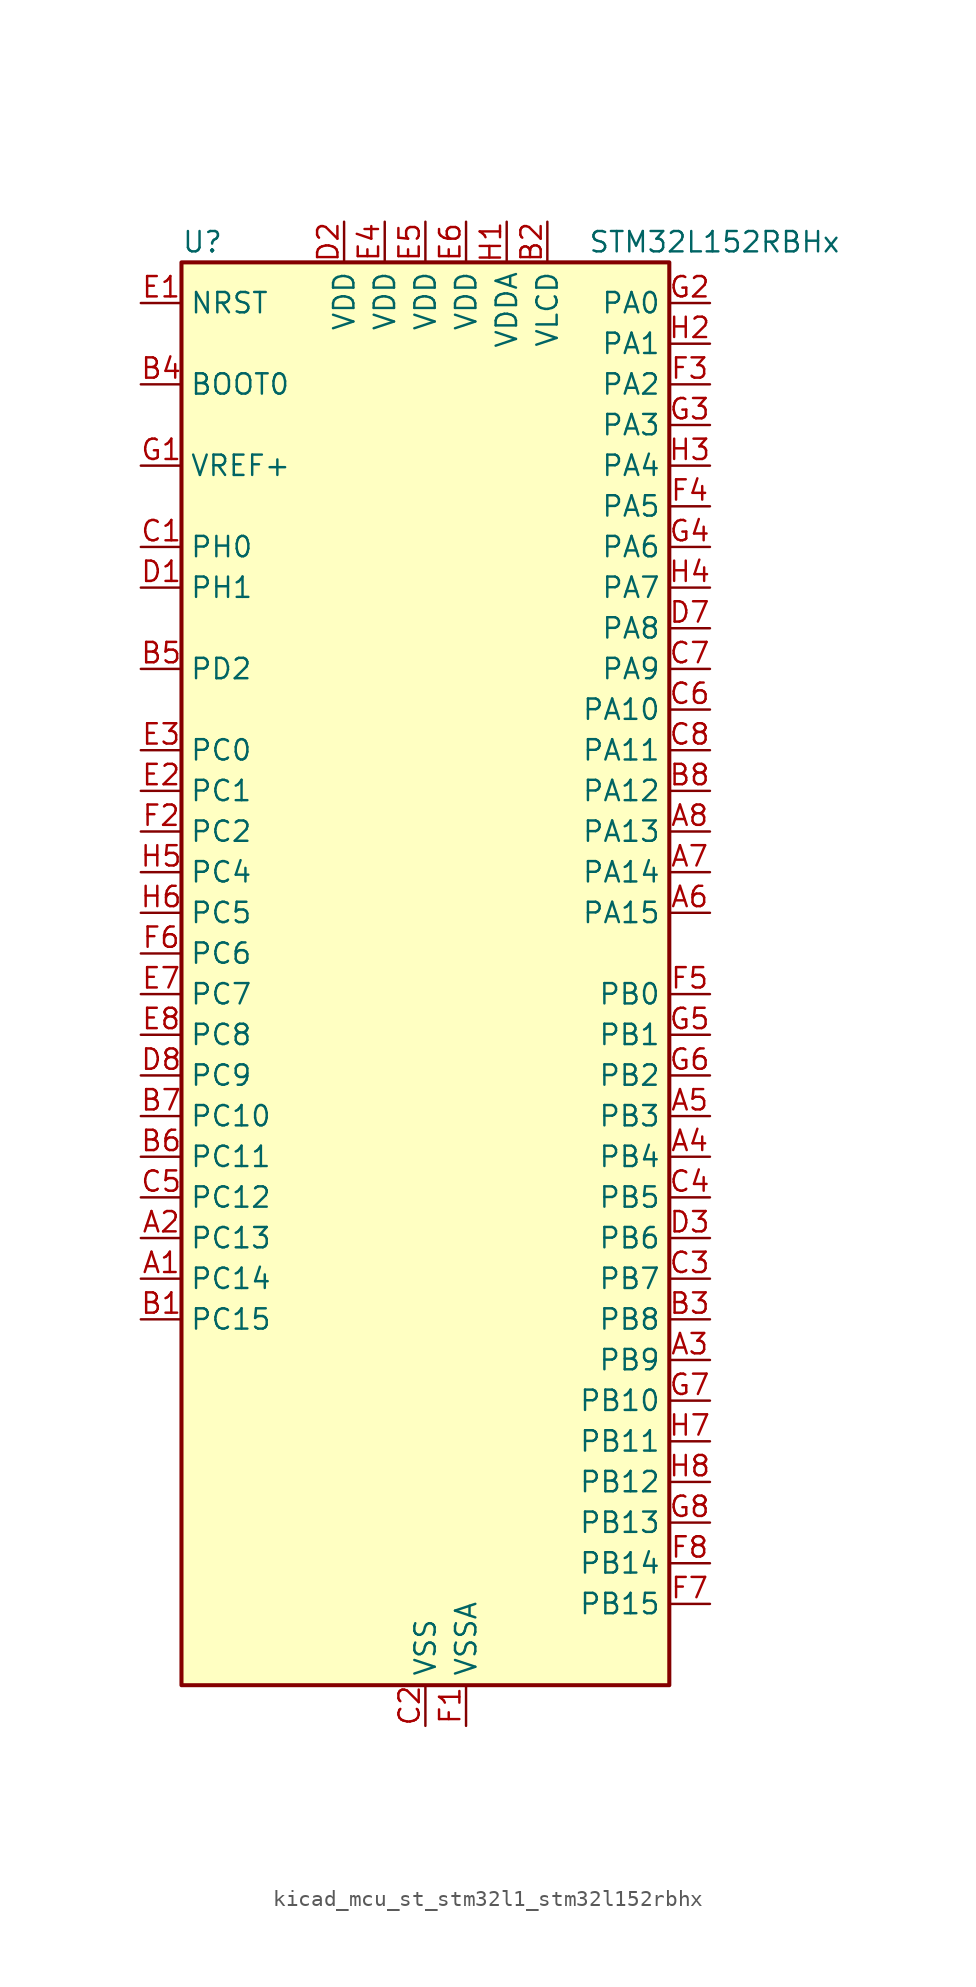
<source format=kicad_sym>
(kicad_symbol_lib
  (version 20220914)
  (generator kicad_symbol_editor)
  (symbol "kicad_mcu_st_stm32l1_stm32l152rbhx"
    (property "Reference" "U"
      (at -15.24 46.99 0)
      (effects (font (size 1.27 1.27)) (justify left)))
    (property "Value" "STM32L152RBHx"
      (at 10.16 46.99 0)
      (effects (font (size 1.27 1.27)) (justify left)))
    (property "ki_locked" ""
      (at 0 0 0)
      (effects (font (size 1.27 1.27))))
    (symbol "kicad_mcu_st_stm32l1_stm32l152rbhx_0_1"
      (rectangle (start -15.24 -43.18) (end 15.24 45.72) (stroke (width 0.254) (type default)) (fill (type background))))
    (symbol "kicad_mcu_st_stm32l1_stm32l152rbhx_1_1"
      (pin bidirectional line (at -17.78 -17.78 0) (length 2.54) (name "PC14" (effects (font (size 1.27 1.27)))) (number "A1" (effects (font (size 1.27 1.27)))) (alternate "RCC_OSC32_IN" bidirectional line) (alternate "TIMX_IC3" bidirectional line))
      (pin bidirectional line (at -17.78 -15.24 0) (length 2.54) (name "PC13" (effects (font (size 1.27 1.27)))) (number "A2" (effects (font (size 1.27 1.27)))) (alternate "RTC_OUT_ALARM" bidirectional line) (alternate "RTC_OUT_CALIB" bidirectional line) (alternate "RTC_TAMP1" bidirectional line) (alternate "RTC_TS" bidirectional line) (alternate "SYS_WKUP2" bidirectional line) (alternate "TIMX_IC2" bidirectional line))
      (pin bidirectional line (at 17.78 -22.86 180) (length 2.54) (name "PB9" (effects (font (size 1.27 1.27)))) (number "A3" (effects (font (size 1.27 1.27)))) (alternate "DAC_EXTI9" bidirectional line) (alternate "I2C1_SDA" bidirectional line) (alternate "LCD_COM3" bidirectional line) (alternate "TIM11_CH1" bidirectional line) (alternate "TIM4_CH4" bidirectional line))
      (pin bidirectional line (at 17.78 -10.16 180) (length 2.54) (name "PB4" (effects (font (size 1.27 1.27)))) (number "A4" (effects (font (size 1.27 1.27)))) (alternate "COMP2_INP" bidirectional line) (alternate "LCD_SEG8" bidirectional line) (alternate "SPI1_MISO" bidirectional line) (alternate "SYS_JTRST" bidirectional line) (alternate "TIM3_CH1" bidirectional line) (alternate "TS_G6_IO1" bidirectional line))
      (pin bidirectional line (at 17.78 -7.62 180) (length 2.54) (name "PB3" (effects (font (size 1.27 1.27)))) (number "A5" (effects (font (size 1.27 1.27)))) (alternate "COMP2_INM" bidirectional line) (alternate "LCD_SEG7" bidirectional line) (alternate "SPI1_SCK" bidirectional line) (alternate "SYS_JTDO-TRACESWO" bidirectional line) (alternate "TIM2_CH2" bidirectional line))
      (pin bidirectional line (at 17.78 5.08 180) (length 2.54) (name "PA15" (effects (font (size 1.27 1.27)))) (number "A6" (effects (font (size 1.27 1.27)))) (alternate "ADC_EXTI15" bidirectional line) (alternate "LCD_SEG17" bidirectional line) (alternate "SPI1_NSS" bidirectional line) (alternate "SYS_JTDI" bidirectional line) (alternate "TIM2_CH1" bidirectional line) (alternate "TIM2_ETR" bidirectional line) (alternate "TIMX_IC4" bidirectional line) (alternate "TS_G5_IO3" bidirectional line))
      (pin bidirectional line (at 17.78 7.62 180) (length 2.54) (name "PA14" (effects (font (size 1.27 1.27)))) (number "A7" (effects (font (size 1.27 1.27)))) (alternate "SYS_JTCK-SWCLK" bidirectional line) (alternate "TIMX_IC3" bidirectional line) (alternate "TS_G5_IO2" bidirectional line))
      (pin bidirectional line (at 17.78 10.16 180) (length 2.54) (name "PA13" (effects (font (size 1.27 1.27)))) (number "A8" (effects (font (size 1.27 1.27)))) (alternate "SYS_JTMS-SWDIO" bidirectional line) (alternate "TIMX_IC2" bidirectional line) (alternate "TS_G5_IO1" bidirectional line))
      (pin bidirectional line (at -17.78 -20.32 0) (length 2.54) (name "PC15" (effects (font (size 1.27 1.27)))) (number "B1" (effects (font (size 1.27 1.27)))) (alternate "ADC_EXTI15" bidirectional line) (alternate "RCC_OSC32_OUT" bidirectional line) (alternate "TIMX_IC4" bidirectional line))
      (pin power_in line (at 7.62 48.26 270) (length 2.54) (name "VLCD" (effects (font (size 1.27 1.27)))) (number "B2" (effects (font (size 1.27 1.27)))))
      (pin bidirectional line (at 17.78 -20.32 180) (length 2.54) (name "PB8" (effects (font (size 1.27 1.27)))) (number "B3" (effects (font (size 1.27 1.27)))) (alternate "I2C1_SCL" bidirectional line) (alternate "LCD_SEG16" bidirectional line) (alternate "TIM10_CH1" bidirectional line) (alternate "TIM4_CH3" bidirectional line))
      (pin input line (at -17.78 38.1 0) (length 2.54) (name "BOOT0" (effects (font (size 1.27 1.27)))) (number "B4" (effects (font (size 1.27 1.27)))))
      (pin bidirectional line (at -17.78 20.32 0) (length 2.54) (name "PD2" (effects (font (size 1.27 1.27)))) (number "B5" (effects (font (size 1.27 1.27)))) (alternate "LCD_COM7" bidirectional line) (alternate "LCD_SEG31" bidirectional line) (alternate "TIM3_ETR" bidirectional line) (alternate "TIMX_IC3" bidirectional line))
      (pin bidirectional line (at -17.78 -10.16 0) (length 2.54) (name "PC11" (effects (font (size 1.27 1.27)))) (number "B6" (effects (font (size 1.27 1.27)))) (alternate "ADC_EXTI11" bidirectional line) (alternate "LCD_COM5" bidirectional line) (alternate "LCD_SEG29" bidirectional line) (alternate "TIMX_IC4" bidirectional line) (alternate "USART3_RX" bidirectional line))
      (pin bidirectional line (at -17.78 -7.62 0) (length 2.54) (name "PC10" (effects (font (size 1.27 1.27)))) (number "B7" (effects (font (size 1.27 1.27)))) (alternate "LCD_COM4" bidirectional line) (alternate "LCD_SEG28" bidirectional line) (alternate "TIMX_IC3" bidirectional line) (alternate "USART3_TX" bidirectional line))
      (pin bidirectional line (at 17.78 12.7 180) (length 2.54) (name "PA12" (effects (font (size 1.27 1.27)))) (number "B8" (effects (font (size 1.27 1.27)))) (alternate "SPI1_MOSI" bidirectional line) (alternate "TIMX_IC1" bidirectional line) (alternate "USART1_RTS" bidirectional line) (alternate "USB_DP" bidirectional line))
      (pin bidirectional line (at -17.78 27.94 0) (length 2.54) (name "PH0" (effects (font (size 1.27 1.27)))) (number "C1" (effects (font (size 1.27 1.27)))) (alternate "RCC_OSC_IN" bidirectional line))
      (pin power_in line (at 0 -45.72 90) (length 2.54) (name "VSS" (effects (font (size 1.27 1.27)))) (number "C2" (effects (font (size 1.27 1.27)))))
      (pin bidirectional line (at 17.78 -17.78 180) (length 2.54) (name "PB7" (effects (font (size 1.27 1.27)))) (number "C3" (effects (font (size 1.27 1.27)))) (alternate "I2C1_SDA" bidirectional line) (alternate "SYS_PVD_IN" bidirectional line) (alternate "TIM4_CH2" bidirectional line) (alternate "USART1_RX" bidirectional line))
      (pin bidirectional line (at 17.78 -12.7 180) (length 2.54) (name "PB5" (effects (font (size 1.27 1.27)))) (number "C4" (effects (font (size 1.27 1.27)))) (alternate "COMP2_INP" bidirectional line) (alternate "I2C1_SMBA" bidirectional line) (alternate "LCD_SEG9" bidirectional line) (alternate "SPI1_MOSI" bidirectional line) (alternate "TIM3_CH2" bidirectional line) (alternate "TS_G6_IO2" bidirectional line))
      (pin bidirectional line (at -17.78 -12.7 0) (length 2.54) (name "PC12" (effects (font (size 1.27 1.27)))) (number "C5" (effects (font (size 1.27 1.27)))) (alternate "LCD_COM6" bidirectional line) (alternate "LCD_SEG30" bidirectional line) (alternate "TIMX_IC1" bidirectional line) (alternate "USART3_CK" bidirectional line))
      (pin bidirectional line (at 17.78 17.78 180) (length 2.54) (name "PA10" (effects (font (size 1.27 1.27)))) (number "C6" (effects (font (size 1.27 1.27)))) (alternate "LCD_COM2" bidirectional line) (alternate "TIMX_IC3" bidirectional line) (alternate "TS_G4_IO3" bidirectional line) (alternate "USART1_RX" bidirectional line))
      (pin bidirectional line (at 17.78 20.32 180) (length 2.54) (name "PA9" (effects (font (size 1.27 1.27)))) (number "C7" (effects (font (size 1.27 1.27)))) (alternate "DAC_EXTI9" bidirectional line) (alternate "LCD_COM1" bidirectional line) (alternate "TIMX_IC2" bidirectional line) (alternate "TS_G4_IO2" bidirectional line) (alternate "USART1_TX" bidirectional line))
      (pin bidirectional line (at 17.78 15.24 180) (length 2.54) (name "PA11" (effects (font (size 1.27 1.27)))) (number "C8" (effects (font (size 1.27 1.27)))) (alternate "ADC_EXTI11" bidirectional line) (alternate "SPI1_MISO" bidirectional line) (alternate "TIMX_IC4" bidirectional line) (alternate "USART1_CTS" bidirectional line) (alternate "USB_DM" bidirectional line))
      (pin bidirectional line (at -17.78 25.4 0) (length 2.54) (name "PH1" (effects (font (size 1.27 1.27)))) (number "D1" (effects (font (size 1.27 1.27)))) (alternate "RCC_OSC_OUT" bidirectional line))
      (pin power_in line (at -5.08 48.26 270) (length 2.54) (name "VDD" (effects (font (size 1.27 1.27)))) (number "D2" (effects (font (size 1.27 1.27)))))
      (pin bidirectional line (at 17.78 -15.24 180) (length 2.54) (name "PB6" (effects (font (size 1.27 1.27)))) (number "D3" (effects (font (size 1.27 1.27)))) (alternate "I2C1_SCL" bidirectional line) (alternate "TIM4_CH1" bidirectional line) (alternate "USART1_TX" bidirectional line))
      (pin passive line (at 0 -45.72 90) (length 2.54) hide (name "VSS" (effects (font (size 1.27 1.27)))) (number "D4" (effects (font (size 1.27 1.27)))))
      (pin passive line (at 0 -45.72 90) (length 2.54) hide (name "VSS" (effects (font (size 1.27 1.27)))) (number "D5" (effects (font (size 1.27 1.27)))))
      (pin passive line (at 0 -45.72 90) (length 2.54) hide (name "VSS" (effects (font (size 1.27 1.27)))) (number "D6" (effects (font (size 1.27 1.27)))))
      (pin bidirectional line (at 17.78 22.86 180) (length 2.54) (name "PA8" (effects (font (size 1.27 1.27)))) (number "D7" (effects (font (size 1.27 1.27)))) (alternate "LCD_COM0" bidirectional line) (alternate "RCC_MCO" bidirectional line) (alternate "TIMX_IC1" bidirectional line) (alternate "TS_G4_IO1" bidirectional line) (alternate "USART1_CK" bidirectional line))
      (pin bidirectional line (at -17.78 -5.08 0) (length 2.54) (name "PC9" (effects (font (size 1.27 1.27)))) (number "D8" (effects (font (size 1.27 1.27)))) (alternate "DAC_EXTI9" bidirectional line) (alternate "LCD_SEG27" bidirectional line) (alternate "TIM3_CH4" bidirectional line) (alternate "TIMX_IC2" bidirectional line) (alternate "TS_G10_IO4" bidirectional line))
      (pin input line (at -17.78 43.18 0) (length 2.54) (name "NRST" (effects (font (size 1.27 1.27)))) (number "E1" (effects (font (size 1.27 1.27)))))
      (pin bidirectional line (at -17.78 12.7 0) (length 2.54) (name "PC1" (effects (font (size 1.27 1.27)))) (number "E2" (effects (font (size 1.27 1.27)))) (alternate "ADC_IN11" bidirectional line) (alternate "COMP1_INP" bidirectional line) (alternate "LCD_SEG19" bidirectional line) (alternate "TIMX_IC2" bidirectional line) (alternate "TS_G8_IO2" bidirectional line))
      (pin bidirectional line (at -17.78 15.24 0) (length 2.54) (name "PC0" (effects (font (size 1.27 1.27)))) (number "E3" (effects (font (size 1.27 1.27)))) (alternate "ADC_IN10" bidirectional line) (alternate "COMP1_INP" bidirectional line) (alternate "LCD_SEG18" bidirectional line) (alternate "TIMX_IC1" bidirectional line) (alternate "TS_G8_IO1" bidirectional line))
      (pin power_in line (at -2.54 48.26 270) (length 2.54) (name "VDD" (effects (font (size 1.27 1.27)))) (number "E4" (effects (font (size 1.27 1.27)))))
      (pin power_in line (at 0 48.26 270) (length 2.54) (name "VDD" (effects (font (size 1.27 1.27)))) (number "E5" (effects (font (size 1.27 1.27)))))
      (pin power_in line (at 2.54 48.26 270) (length 2.54) (name "VDD" (effects (font (size 1.27 1.27)))) (number "E6" (effects (font (size 1.27 1.27)))))
      (pin bidirectional line (at -17.78 0 0) (length 2.54) (name "PC7" (effects (font (size 1.27 1.27)))) (number "E7" (effects (font (size 1.27 1.27)))) (alternate "LCD_SEG25" bidirectional line) (alternate "TIM3_CH2" bidirectional line) (alternate "TIMX_IC4" bidirectional line) (alternate "TS_G10_IO2" bidirectional line))
      (pin bidirectional line (at -17.78 -2.54 0) (length 2.54) (name "PC8" (effects (font (size 1.27 1.27)))) (number "E8" (effects (font (size 1.27 1.27)))) (alternate "LCD_SEG26" bidirectional line) (alternate "TIM3_CH3" bidirectional line) (alternate "TIMX_IC1" bidirectional line) (alternate "TS_G10_IO3" bidirectional line))
      (pin power_in line (at 2.54 -45.72 90) (length 2.54) (name "VSSA" (effects (font (size 1.27 1.27)))) (number "F1" (effects (font (size 1.27 1.27)))))
      (pin bidirectional line (at -17.78 10.16 0) (length 2.54) (name "PC2" (effects (font (size 1.27 1.27)))) (number "F2" (effects (font (size 1.27 1.27)))) (alternate "ADC_IN12" bidirectional line) (alternate "COMP1_INP" bidirectional line) (alternate "LCD_SEG20" bidirectional line) (alternate "TIMX_IC3" bidirectional line) (alternate "TS_G8_IO3" bidirectional line))
      (pin bidirectional line (at 17.78 38.1 180) (length 2.54) (name "PA2" (effects (font (size 1.27 1.27)))) (number "F3" (effects (font (size 1.27 1.27)))) (alternate "ADC_IN2" bidirectional line) (alternate "COMP1_INP" bidirectional line) (alternate "LCD_SEG1" bidirectional line) (alternate "TIM2_CH3" bidirectional line) (alternate "TIM9_CH1" bidirectional line) (alternate "TIMX_IC3" bidirectional line) (alternate "TS_G1_IO3" bidirectional line) (alternate "USART2_TX" bidirectional line))
      (pin bidirectional line (at 17.78 30.48 180) (length 2.54) (name "PA5" (effects (font (size 1.27 1.27)))) (number "F4" (effects (font (size 1.27 1.27)))) (alternate "ADC_IN5" bidirectional line) (alternate "COMP1_INP" bidirectional line) (alternate "DAC_OUT2" bidirectional line) (alternate "SPI1_SCK" bidirectional line) (alternate "TIM2_CH1" bidirectional line) (alternate "TIM2_ETR" bidirectional line) (alternate "TIMX_IC2" bidirectional line))
      (pin bidirectional line (at 17.78 0 180) (length 2.54) (name "PB0" (effects (font (size 1.27 1.27)))) (number "F5" (effects (font (size 1.27 1.27)))) (alternate "ADC_IN8" bidirectional line) (alternate "COMP1_INP" bidirectional line) (alternate "LCD_SEG5" bidirectional line) (alternate "SYS_V_REF_OUT" bidirectional line) (alternate "TIM3_CH3" bidirectional line) (alternate "TS_G3_IO1" bidirectional line))
      (pin bidirectional line (at -17.78 2.54 0) (length 2.54) (name "PC6" (effects (font (size 1.27 1.27)))) (number "F6" (effects (font (size 1.27 1.27)))) (alternate "LCD_SEG24" bidirectional line) (alternate "TIM3_CH1" bidirectional line) (alternate "TIMX_IC3" bidirectional line) (alternate "TS_G10_IO1" bidirectional line))
      (pin bidirectional line (at 17.78 -38.1 180) (length 2.54) (name "PB15" (effects (font (size 1.27 1.27)))) (number "F7" (effects (font (size 1.27 1.27)))) (alternate "ADC_EXTI15" bidirectional line) (alternate "ADC_IN21" bidirectional line) (alternate "COMP1_INP" bidirectional line) (alternate "LCD_SEG15" bidirectional line) (alternate "RTC_REFIN" bidirectional line) (alternate "SPI2_MOSI" bidirectional line) (alternate "TIM11_CH1" bidirectional line) (alternate "TS_G7_IO4" bidirectional line))
      (pin bidirectional line (at 17.78 -35.56 180) (length 2.54) (name "PB14" (effects (font (size 1.27 1.27)))) (number "F8" (effects (font (size 1.27 1.27)))) (alternate "ADC_IN20" bidirectional line) (alternate "COMP1_INP" bidirectional line) (alternate "LCD_SEG14" bidirectional line) (alternate "SPI2_MISO" bidirectional line) (alternate "TIM9_CH2" bidirectional line) (alternate "TS_G7_IO3" bidirectional line) (alternate "USART3_RTS" bidirectional line))
      (pin input line (at -17.78 33.02 0) (length 2.54) (name "VREF+" (effects (font (size 1.27 1.27)))) (number "G1" (effects (font (size 1.27 1.27)))))
      (pin bidirectional line (at 17.78 43.18 180) (length 2.54) (name "PA0" (effects (font (size 1.27 1.27)))) (number "G2" (effects (font (size 1.27 1.27)))) (alternate "ADC_IN0" bidirectional line) (alternate "COMP1_INP" bidirectional line) (alternate "SYS_WKUP1" bidirectional line) (alternate "TIM2_CH1" bidirectional line) (alternate "TIM2_ETR" bidirectional line) (alternate "TIMX_IC1" bidirectional line) (alternate "TS_G1_IO1" bidirectional line) (alternate "USART2_CTS" bidirectional line))
      (pin bidirectional line (at 17.78 35.56 180) (length 2.54) (name "PA3" (effects (font (size 1.27 1.27)))) (number "G3" (effects (font (size 1.27 1.27)))) (alternate "ADC_IN3" bidirectional line) (alternate "COMP1_INP" bidirectional line) (alternate "LCD_SEG2" bidirectional line) (alternate "TIM2_CH4" bidirectional line) (alternate "TIM9_CH2" bidirectional line) (alternate "TIMX_IC4" bidirectional line) (alternate "TS_G1_IO4" bidirectional line) (alternate "USART2_RX" bidirectional line))
      (pin bidirectional line (at 17.78 27.94 180) (length 2.54) (name "PA6" (effects (font (size 1.27 1.27)))) (number "G4" (effects (font (size 1.27 1.27)))) (alternate "ADC_IN6" bidirectional line) (alternate "COMP1_INP" bidirectional line) (alternate "LCD_SEG3" bidirectional line) (alternate "SPI1_MISO" bidirectional line) (alternate "TIM10_CH1" bidirectional line) (alternate "TIM3_CH1" bidirectional line) (alternate "TIMX_IC3" bidirectional line) (alternate "TS_G2_IO1" bidirectional line))
      (pin bidirectional line (at 17.78 -2.54 180) (length 2.54) (name "PB1" (effects (font (size 1.27 1.27)))) (number "G5" (effects (font (size 1.27 1.27)))) (alternate "ADC_IN9" bidirectional line) (alternate "COMP1_INP" bidirectional line) (alternate "LCD_SEG6" bidirectional line) (alternate "SYS_V_REF_OUT" bidirectional line) (alternate "TIM3_CH4" bidirectional line) (alternate "TS_G3_IO2" bidirectional line))
      (pin bidirectional line (at 17.78 -5.08 180) (length 2.54) (name "PB2" (effects (font (size 1.27 1.27)))) (number "G6" (effects (font (size 1.27 1.27)))))
      (pin bidirectional line (at 17.78 -25.4 180) (length 2.54) (name "PB10" (effects (font (size 1.27 1.27)))) (number "G7" (effects (font (size 1.27 1.27)))) (alternate "I2C2_SCL" bidirectional line) (alternate "LCD_SEG10" bidirectional line) (alternate "TIM2_CH3" bidirectional line) (alternate "USART3_TX" bidirectional line))
      (pin bidirectional line (at 17.78 -33.02 180) (length 2.54) (name "PB13" (effects (font (size 1.27 1.27)))) (number "G8" (effects (font (size 1.27 1.27)))) (alternate "ADC_IN19" bidirectional line) (alternate "COMP1_INP" bidirectional line) (alternate "LCD_SEG13" bidirectional line) (alternate "SPI2_SCK" bidirectional line) (alternate "TIM9_CH1" bidirectional line) (alternate "TS_G7_IO2" bidirectional line) (alternate "USART3_CTS" bidirectional line))
      (pin power_in line (at 5.08 48.26 270) (length 2.54) (name "VDDA" (effects (font (size 1.27 1.27)))) (number "H1" (effects (font (size 1.27 1.27)))))
      (pin bidirectional line (at 17.78 40.64 180) (length 2.54) (name "PA1" (effects (font (size 1.27 1.27)))) (number "H2" (effects (font (size 1.27 1.27)))) (alternate "ADC_IN1" bidirectional line) (alternate "COMP1_INP" bidirectional line) (alternate "LCD_SEG0" bidirectional line) (alternate "TIM2_CH2" bidirectional line) (alternate "TIMX_IC2" bidirectional line) (alternate "TS_G1_IO2" bidirectional line) (alternate "USART2_RTS" bidirectional line))
      (pin bidirectional line (at 17.78 33.02 180) (length 2.54) (name "PA4" (effects (font (size 1.27 1.27)))) (number "H3" (effects (font (size 1.27 1.27)))) (alternate "ADC_IN4" bidirectional line) (alternate "COMP1_INP" bidirectional line) (alternate "DAC_OUT1" bidirectional line) (alternate "SPI1_NSS" bidirectional line) (alternate "TIMX_IC1" bidirectional line) (alternate "USART2_CK" bidirectional line))
      (pin bidirectional line (at 17.78 25.4 180) (length 2.54) (name "PA7" (effects (font (size 1.27 1.27)))) (number "H4" (effects (font (size 1.27 1.27)))) (alternate "ADC_IN7" bidirectional line) (alternate "COMP1_INP" bidirectional line) (alternate "LCD_SEG4" bidirectional line) (alternate "SPI1_MOSI" bidirectional line) (alternate "TIM11_CH1" bidirectional line) (alternate "TIM3_CH2" bidirectional line) (alternate "TIMX_IC4" bidirectional line) (alternate "TS_G2_IO2" bidirectional line))
      (pin bidirectional line (at -17.78 7.62 0) (length 2.54) (name "PC4" (effects (font (size 1.27 1.27)))) (number "H5" (effects (font (size 1.27 1.27)))) (alternate "ADC_IN14" bidirectional line) (alternate "COMP1_INP" bidirectional line) (alternate "LCD_SEG22" bidirectional line) (alternate "TIMX_IC1" bidirectional line) (alternate "TS_G9_IO1" bidirectional line))
      (pin bidirectional line (at -17.78 5.08 0) (length 2.54) (name "PC5" (effects (font (size 1.27 1.27)))) (number "H6" (effects (font (size 1.27 1.27)))) (alternate "ADC_IN15" bidirectional line) (alternate "COMP1_INP" bidirectional line) (alternate "LCD_SEG23" bidirectional line) (alternate "TIMX_IC2" bidirectional line) (alternate "TS_G9_IO2" bidirectional line))
      (pin bidirectional line (at 17.78 -27.94 180) (length 2.54) (name "PB11" (effects (font (size 1.27 1.27)))) (number "H7" (effects (font (size 1.27 1.27)))) (alternate "ADC_EXTI11" bidirectional line) (alternate "I2C2_SDA" bidirectional line) (alternate "LCD_SEG11" bidirectional line) (alternate "TIM2_CH4" bidirectional line) (alternate "USART3_RX" bidirectional line))
      (pin bidirectional line (at 17.78 -30.48 180) (length 2.54) (name "PB12" (effects (font (size 1.27 1.27)))) (number "H8" (effects (font (size 1.27 1.27)))) (alternate "ADC_IN18" bidirectional line) (alternate "COMP1_INP" bidirectional line) (alternate "I2C2_SMBA" bidirectional line) (alternate "LCD_SEG12" bidirectional line) (alternate "SPI2_NSS" bidirectional line) (alternate "TIM10_CH1" bidirectional line) (alternate "TS_G7_IO1" bidirectional line) (alternate "USART3_CK" bidirectional line)))))
</source>
